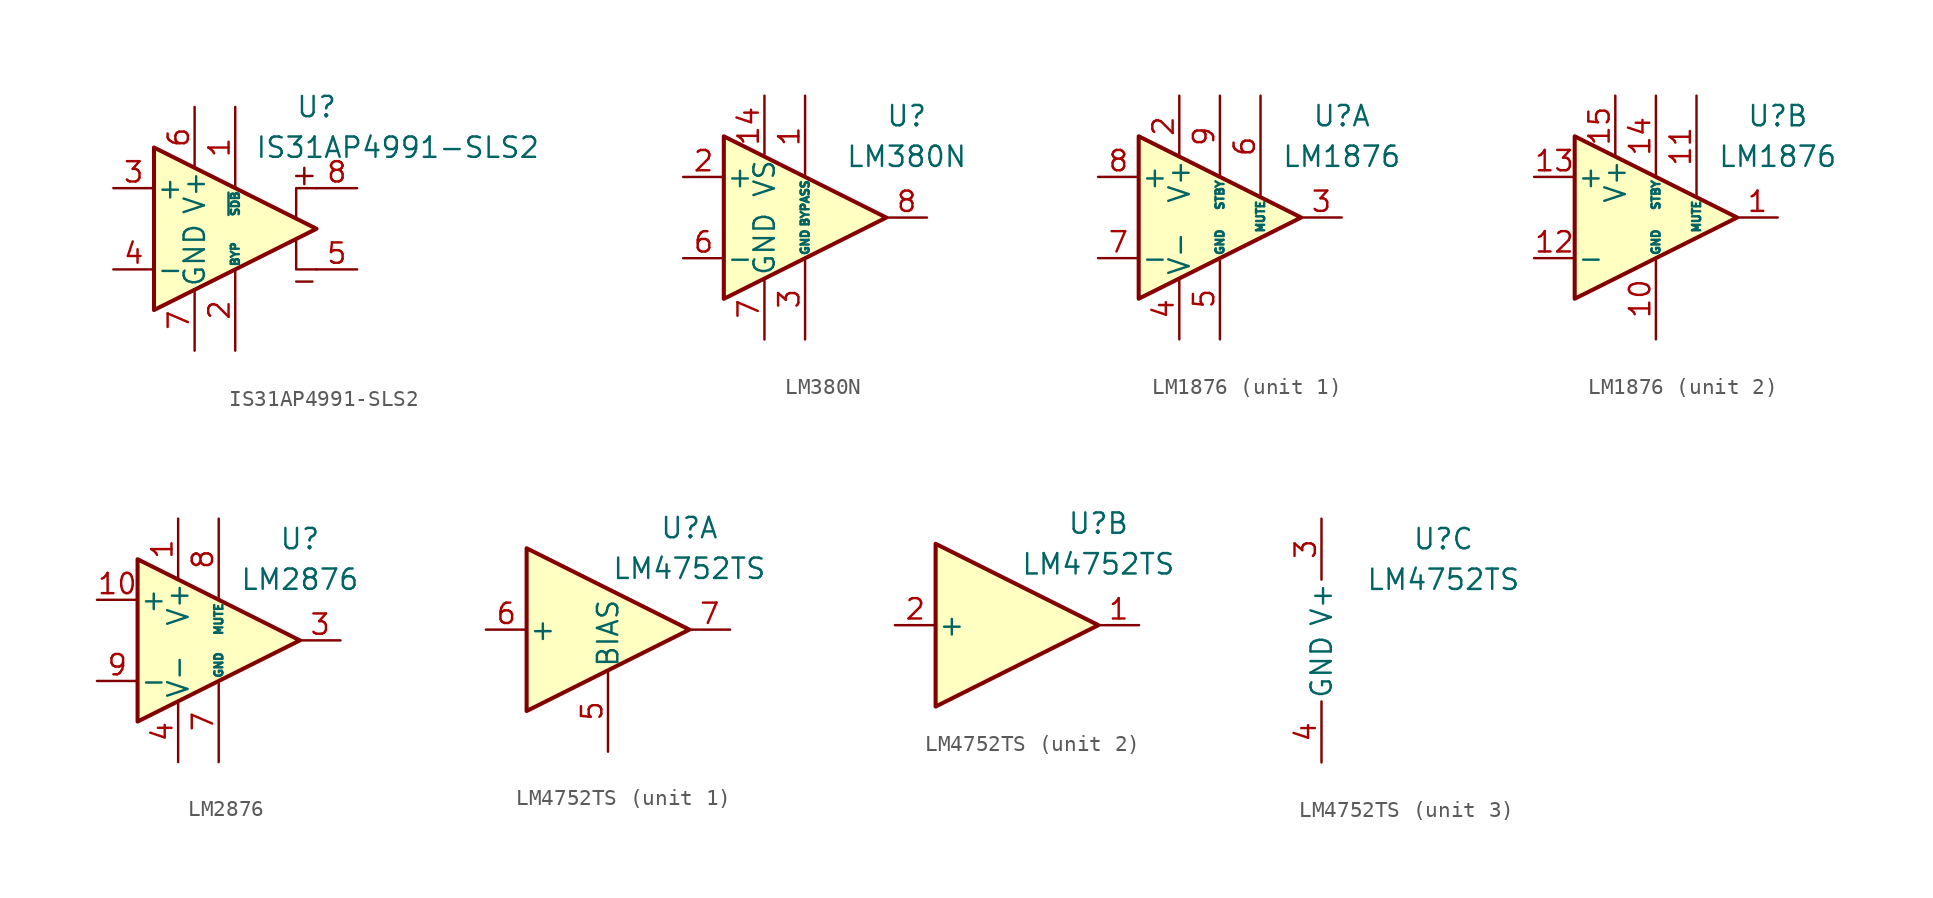
<source format=kicad_sym>
(kicad_symbol_lib
  (version 20211014)
  (generator kicad_symbol_editor)
  (symbol "IS31AP4991-SLS2"
    (pin_names
      (offset 0.127))
    (property "Reference" "U"
      (at 5.08 7.62 0)
      (effects (font (size 1.27 1.27))))
    (property "Value" "IS31AP4991-SLS2"
      (at 10.16 5.08 0)
      (effects (font (size 1.27 1.27))))
    (symbol "IS31AP4991-SLS2_0_1"
      (polyline (pts (xy 3.81 -3.302) (xy 4.826 -3.302)) (stroke (width 0) (type default) (color 0 0 0 0)) (fill (type none)))
      (polyline (pts (xy 3.81 3.302) (xy 4.826 3.302)) (stroke (width 0) (type default) (color 0 0 0 0)) (fill (type none)))
      (polyline (pts (xy 4.318 2.794) (xy 4.318 3.81)) (stroke (width 0) (type default) (color 0 0 0 0)) (fill (type none))))
    (symbol "IS31AP4991-SLS2_1_1"
      (polyline (pts (xy 3.81 -0.635) (xy 3.81 -2.54) (xy 5.08 -2.54)) (stroke (width 0) (type default) (color 0 0 0 0)) (fill (type none)))
      (polyline (pts (xy 5.08 2.54) (xy 3.81 2.54) (xy 3.81 0.635)) (stroke (width 0) (type default) (color 0 0 0 0)) (fill (type none)))
      (polyline (pts (xy -5.08 5.08) (xy 5.08 0) (xy -5.08 -5.08) (xy -5.08 5.08)) (stroke (width 0.254) (type default) (color 0 0 0 0)) (fill (type background)))
      (pin input line (at 0 7.62 270) (length 5.08) (name "~{SDB}" (effects (font (size 0.508 0.508)))) (number "1" (effects (font (size 1.27 1.27)))))
      (pin passive line (at 0 -7.62 90) (length 5.08) (name "BYP" (effects (font (size 0.508 0.508)))) (number "2" (effects (font (size 1.27 1.27)))))
      (pin input line (at -7.62 2.54 0) (length 2.54) (name "+" (effects (font (size 1.27 1.27)))) (number "3" (effects (font (size 1.27 1.27)))))
      (pin input line (at -7.62 -2.54 0) (length 2.54) (name "-" (effects (font (size 1.27 1.27)))) (number "4" (effects (font (size 1.27 1.27)))))
      (pin output line (at 7.62 -2.54 180) (length 2.54) (name "~" (effects (font (size 1.27 1.27)))) (number "5" (effects (font (size 1.27 1.27)))))
      (pin power_in line (at -2.54 7.62 270) (length 3.81) (name "V+" (effects (font (size 1.27 1.27)))) (number "6" (effects (font (size 1.27 1.27)))))
      (pin power_in line (at -2.54 -7.62 90) (length 3.81) (name "GND" (effects (font (size 1.27 1.27)))) (number "7" (effects (font (size 1.27 1.27)))))
      (pin output line (at 7.62 2.54 180) (length 2.54) (name "~" (effects (font (size 1.27 1.27)))) (number "8" (effects (font (size 1.27 1.27)))))))
  (symbol "LM380N"
    (pin_names
      (offset 0.127))
    (property "Reference" "U"
      (at 6.35 6.35 0)
      (effects (font (size 1.27 1.27))))
    (property "Value" "LM380N"
      (at 6.35 3.81 0)
      (effects (font (size 1.27 1.27))))
    (symbol "LM380N_0_1"
      (polyline (pts (xy -5.08 5.08) (xy 5.08 0) (xy -5.08 -5.08) (xy -5.08 5.08)) (stroke (width 0.254) (type default) (color 0 0 0 0)) (fill (type background))))
    (symbol "LM380N_1_1"
      (pin passive line (at 0 7.62 270) (length 5.08) (name "BYPASS" (effects (font (size 0.508 0.508)))) (number "1" (effects (font (size 1.27 1.27)))))
      (pin passive line (at 0 -7.62 90) (length 5.08) hide (name "GND" (effects (font (size 0.508 0.508)))) (number "10" (effects (font (size 1.27 1.27)))))
      (pin passive line (at 0 -7.62 90) (length 5.08) hide (name "GND" (effects (font (size 0.508 0.508)))) (number "11" (effects (font (size 1.27 1.27)))))
      (pin passive line (at 0 -7.62 90) (length 5.08) hide (name "GND" (effects (font (size 0.508 0.508)))) (number "12" (effects (font (size 1.27 1.27)))))
      (pin no_connect line (at 0 -2.54 90) (length 2.54) hide (name "NC" (effects (font (size 1.27 1.27)))) (number "13" (effects (font (size 1.27 1.27)))))
      (pin power_in line (at -2.54 7.62 270) (length 3.81) (name "VS" (effects (font (size 1.27 1.27)))) (number "14" (effects (font (size 1.27 1.27)))))
      (pin input line (at -7.62 2.54 0) (length 2.54) (name "+" (effects (font (size 1.27 1.27)))) (number "2" (effects (font (size 1.27 1.27)))))
      (pin power_in line (at 0 -7.62 90) (length 5.08) (name "GND" (effects (font (size 0.508 0.508)))) (number "3" (effects (font (size 1.27 1.27)))))
      (pin passive line (at 0 -7.62 90) (length 5.08) hide (name "GND" (effects (font (size 0.508 0.508)))) (number "4" (effects (font (size 1.27 1.27)))))
      (pin passive line (at 0 -7.62 90) (length 5.08) hide (name "GND" (effects (font (size 0.508 0.508)))) (number "5" (effects (font (size 1.27 1.27)))))
      (pin input line (at -7.62 -2.54 0) (length 2.54) (name "-" (effects (font (size 1.27 1.27)))) (number "6" (effects (font (size 1.27 1.27)))))
      (pin power_in line (at -2.54 -7.62 90) (length 3.81) (name "GND" (effects (font (size 1.27 1.27)))) (number "7" (effects (font (size 1.27 1.27)))))
      (pin output line (at 7.62 0 180) (length 2.54) (name "~" (effects (font (size 1.27 1.27)))) (number "8" (effects (font (size 1.27 1.27)))))
      (pin no_connect line (at 0 2.54 270) (length 2.54) hide (name "NC" (effects (font (size 1.27 1.27)))) (number "9" (effects (font (size 1.27 1.27)))))))
  (symbol "LM1876"
    (pin_names
      (offset 0.127))
    (property "Reference" "U"
      (at 7.62 6.35 0)
      (effects (font (size 1.27 1.27))))
    (property "Value" "LM1876"
      (at 7.62 3.81 0)
      (effects (font (size 1.27 1.27))))
    (property "ki_locked" ""
      (at 0 0 0)
      (effects (font (size 1.27 1.27))))
    (symbol "LM1876_0_1"
      (polyline (pts (xy -5.08 5.08) (xy 5.08 0) (xy -5.08 -5.08) (xy -5.08 5.08)) (stroke (width 0.254) (type default) (color 0 0 0 0)) (fill (type background))))
    (symbol "LM1876_1_1"
      (pin power_in line (at -2.54 7.62 270) (length 3.81) (name "V+" (effects (font (size 1.27 1.27)))) (number "2" (effects (font (size 1.27 1.27)))))
      (pin output line (at 7.62 0 180) (length 2.54) (name "~" (effects (font (size 1.27 1.27)))) (number "3" (effects (font (size 1.27 1.27)))))
      (pin power_in line (at -2.54 -7.62 90) (length 3.81) (name "V-" (effects (font (size 1.27 1.27)))) (number "4" (effects (font (size 1.27 1.27)))))
      (pin power_in line (at 0 -7.62 90) (length 5.08) (name "GND" (effects (font (size 0.508 0.508)))) (number "5" (effects (font (size 1.27 1.27)))))
      (pin input line (at 2.54 7.62 270) (length 6.35) (name "MUTE" (effects (font (size 0.508 0.508)))) (number "6" (effects (font (size 1.27 1.27)))))
      (pin input line (at -7.62 -2.54 0) (length 2.54) (name "-" (effects (font (size 1.27 1.27)))) (number "7" (effects (font (size 1.27 1.27)))))
      (pin input line (at -7.62 2.54 0) (length 2.54) (name "+" (effects (font (size 1.27 1.27)))) (number "8" (effects (font (size 1.27 1.27)))))
      (pin input line (at 0 7.62 270) (length 5.08) (name "STBY" (effects (font (size 0.508 0.508)))) (number "9" (effects (font (size 1.27 1.27))))))
    (symbol "LM1876_2_1"
      (pin output line (at 7.62 0 180) (length 2.54) (name "~" (effects (font (size 1.27 1.27)))) (number "1" (effects (font (size 1.27 1.27)))))
      (pin power_in line (at 0 -7.62 90) (length 5.08) (name "GND" (effects (font (size 0.508 0.508)))) (number "10" (effects (font (size 1.27 1.27)))))
      (pin input line (at 2.54 7.62 270) (length 6.35) (name "MUTE" (effects (font (size 0.508 0.508)))) (number "11" (effects (font (size 1.27 1.27)))))
      (pin input line (at -7.62 -2.54 0) (length 2.54) (name "-" (effects (font (size 1.27 1.27)))) (number "12" (effects (font (size 1.27 1.27)))))
      (pin input line (at -7.62 2.54 0) (length 2.54) (name "+" (effects (font (size 1.27 1.27)))) (number "13" (effects (font (size 1.27 1.27)))))
      (pin input line (at 0 7.62 270) (length 5.08) (name "STBY" (effects (font (size 0.508 0.508)))) (number "14" (effects (font (size 1.27 1.27)))))
      (pin power_in line (at -2.54 7.62 270) (length 3.81) (name "V+" (effects (font (size 1.27 1.27)))) (number "15" (effects (font (size 1.27 1.27)))))))
  (symbol "LM2876"
    (pin_names
      (offset 0.127))
    (property "Reference" "U"
      (at 5.08 6.35 0)
      (effects (font (size 1.27 1.27))))
    (property "Value" "LM2876"
      (at 5.08 3.81 0)
      (effects (font (size 1.27 1.27))))
    (symbol "LM2876_0_1"
      (polyline (pts (xy -5.08 5.08) (xy 5.08 0) (xy -5.08 -5.08) (xy -5.08 5.08)) (stroke (width 0.254) (type default) (color 0 0 0 0)) (fill (type background))))
    (symbol "LM2876_1_1"
      (pin power_in line (at -2.54 7.62 270) (length 3.81) (name "V+" (effects (font (size 1.27 1.27)))) (number "1" (effects (font (size 1.27 1.27)))))
      (pin input line (at -7.62 2.54 0) (length 2.54) (name "+" (effects (font (size 1.27 1.27)))) (number "10" (effects (font (size 1.27 1.27)))))
      (pin no_connect line (at 2.54 2.54 270) (length 2.54) hide (name "NC" (effects (font (size 1.27 1.27)))) (number "11" (effects (font (size 1.27 1.27)))))
      (pin no_connect line (at -2.54 2.54 270) (length 2.54) hide (name "NC" (effects (font (size 1.27 1.27)))) (number "2" (effects (font (size 1.27 1.27)))))
      (pin output line (at 7.62 0 180) (length 2.54) (name "~" (effects (font (size 1.27 1.27)))) (number "3" (effects (font (size 1.27 1.27)))))
      (pin power_in line (at -2.54 -7.62 90) (length 3.81) (name "V-" (effects (font (size 1.27 1.27)))) (number "4" (effects (font (size 1.27 1.27)))))
      (pin no_connect line (at -2.54 -2.54 270) (length 3.81) hide (name "NC" (effects (font (size 1.27 1.27)))) (number "5" (effects (font (size 1.27 1.27)))))
      (pin no_connect line (at 0 2.54 270) (length 2.54) hide (name "NC" (effects (font (size 1.27 1.27)))) (number "6" (effects (font (size 1.27 1.27)))))
      (pin power_in line (at 0 -7.62 90) (length 5.08) (name "GND" (effects (font (size 0.508 0.508)))) (number "7" (effects (font (size 1.27 1.27)))))
      (pin input line (at 0 7.62 270) (length 5.08) (name "MUTE" (effects (font (size 0.508 0.508)))) (number "8" (effects (font (size 1.27 1.27)))))
      (pin input line (at -7.62 -2.54 0) (length 2.54) (name "-" (effects (font (size 1.27 1.27)))) (number "9" (effects (font (size 1.27 1.27)))))))
  (symbol "LM4752TS"
    (pin_names
      (offset 0.127))
    (property "Reference" "U"
      (at 5.08 6.35 0)
      (effects (font (size 1.27 1.27))))
    (property "Value" "LM4752TS"
      (at 5.08 3.81 0)
      (effects (font (size 1.27 1.27))))
    (property "ki_locked" ""
      (at 0 0 0)
      (effects (font (size 1.27 1.27))))
    (symbol "LM4752TS_1_1"
      (polyline (pts (xy -5.08 5.08) (xy 5.08 0) (xy -5.08 -5.08) (xy -5.08 5.08)) (stroke (width 0.254) (type default) (color 0 0 0 0)) (fill (type background)))
      (pin input line (at 0 -7.62 90) (length 5.08) (name "BIAS" (effects (font (size 1.27 1.27)))) (number "5" (effects (font (size 1.27 1.27)))))
      (pin input line (at -7.62 0 0) (length 2.54) (name "+" (effects (font (size 1.27 1.27)))) (number "6" (effects (font (size 1.27 1.27)))))
      (pin output line (at 7.62 0 180) (length 2.54) (name "~" (effects (font (size 1.27 1.27)))) (number "7" (effects (font (size 1.27 1.27))))))
    (symbol "LM4752TS_2_1"
      (polyline (pts (xy -5.08 5.08) (xy 5.08 0) (xy -5.08 -5.08) (xy -5.08 5.08)) (stroke (width 0.254) (type default) (color 0 0 0 0)) (fill (type background)))
      (pin output line (at 7.62 0 180) (length 2.54) (name "~" (effects (font (size 1.27 1.27)))) (number "1" (effects (font (size 1.27 1.27)))))
      (pin input line (at -7.62 0 0) (length 2.54) (name "+" (effects (font (size 1.27 1.27)))) (number "2" (effects (font (size 1.27 1.27))))))
    (symbol "LM4752TS_3_1"
      (pin power_in line (at -2.54 7.62 270) (length 3.81) (name "V+" (effects (font (size 1.27 1.27)))) (number "3" (effects (font (size 1.27 1.27)))))
      (pin power_in line (at -2.54 -7.62 90) (length 3.81) (name "GND" (effects (font (size 1.27 1.27)))) (number "4" (effects (font (size 1.27 1.27))))))))
</source>
